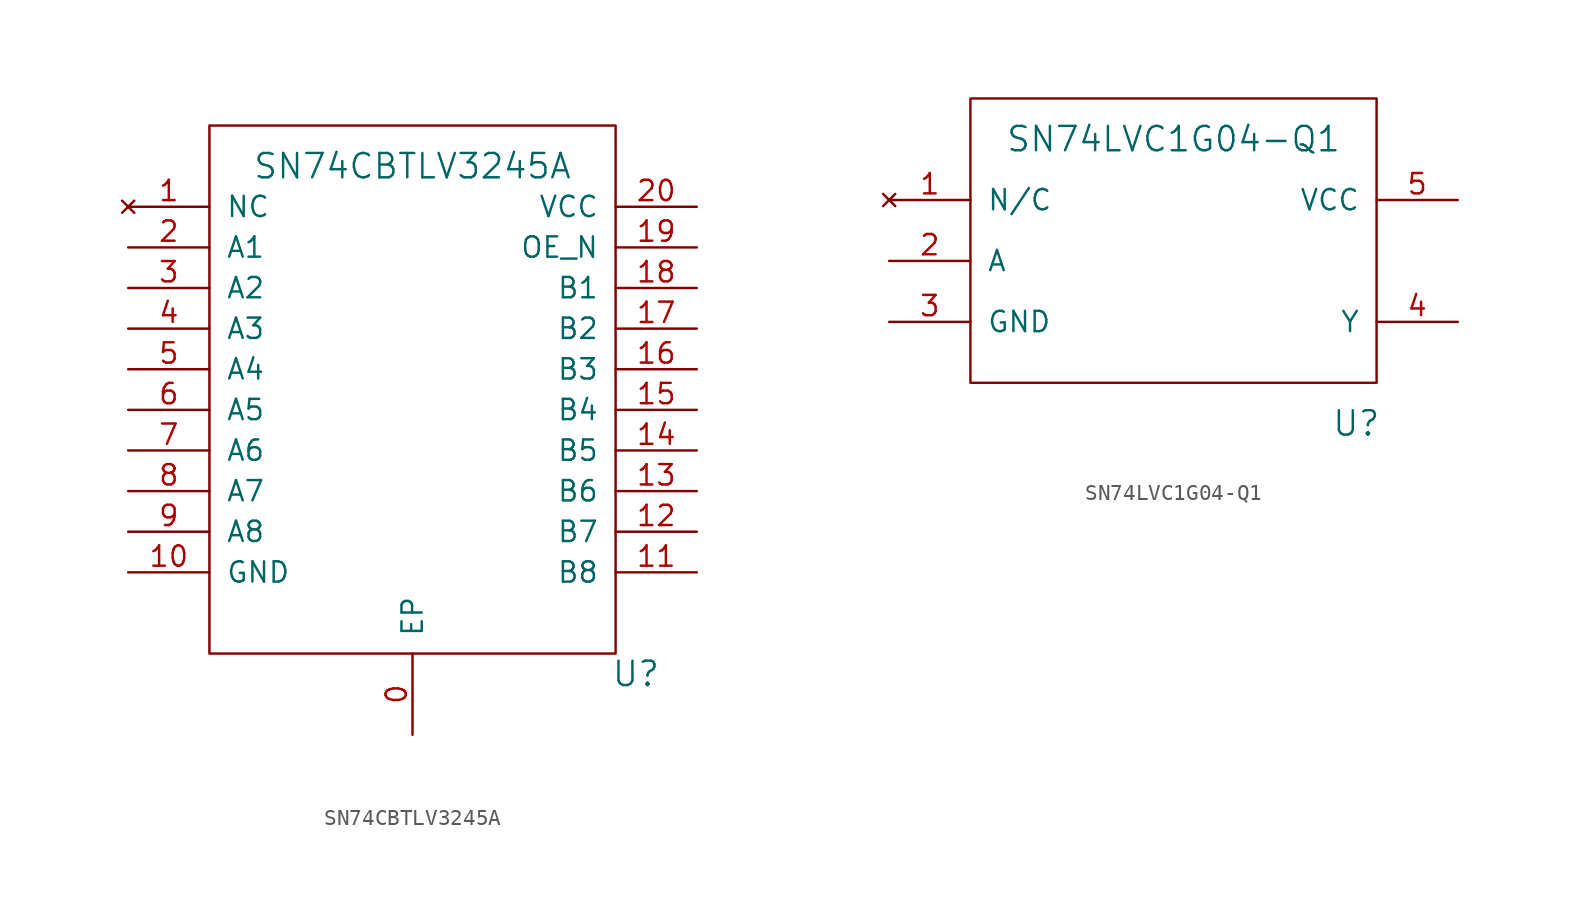
<source format=kicad_sym>
(kicad_symbol_lib
  (version 20220914)
  (generator kicad_symbol_editor)
  (symbol "SN74CBTLV3245A"
    (pin_names
      (offset 1.016))
    (property "Reference" "U"
      (at 13.97 -17.78 0)
      (effects (font (size 1.524 1.524))))
    (property "Value" "SN74CBTLV3245A"
      (at 0 13.97 0)
      (effects (font (size 1.524 1.524))))
    (symbol "SN74CBTLV3245A_0_1"
      (rectangle (start -12.7 16.51) (end 12.7 -16.51) (stroke (width 0) (type solid)) (fill (type none))))
    (symbol "SN74CBTLV3245A_1_1"
      (pin power_in line (at 0 -21.59 90) (length 5.08) (name "EP" (effects (font (size 1.27 1.27)))) (number "0" (effects (font (size 1.27 1.27)))))
      (pin no_connect line (at -17.78 11.43 0) (length 5.08) (name "NC" (effects (font (size 1.27 1.27)))) (number "1" (effects (font (size 1.27 1.27)))))
      (pin power_in line (at -17.78 -11.43 0) (length 5.08) (name "GND" (effects (font (size 1.27 1.27)))) (number "10" (effects (font (size 1.27 1.27)))))
      (pin bidirectional line (at 17.78 -11.43 180) (length 5.08) (name "B8" (effects (font (size 1.27 1.27)))) (number "11" (effects (font (size 1.27 1.27)))))
      (pin bidirectional line (at 17.78 -8.89 180) (length 5.08) (name "B7" (effects (font (size 1.27 1.27)))) (number "12" (effects (font (size 1.27 1.27)))))
      (pin bidirectional line (at 17.78 -6.35 180) (length 5.08) (name "B6" (effects (font (size 1.27 1.27)))) (number "13" (effects (font (size 1.27 1.27)))))
      (pin bidirectional line (at 17.78 -3.81 180) (length 5.08) (name "B5" (effects (font (size 1.27 1.27)))) (number "14" (effects (font (size 1.27 1.27)))))
      (pin bidirectional line (at 17.78 -1.27 180) (length 5.08) (name "B4" (effects (font (size 1.27 1.27)))) (number "15" (effects (font (size 1.27 1.27)))))
      (pin bidirectional line (at 17.78 1.27 180) (length 5.08) (name "B3" (effects (font (size 1.27 1.27)))) (number "16" (effects (font (size 1.27 1.27)))))
      (pin bidirectional line (at 17.78 3.81 180) (length 5.08) (name "B2" (effects (font (size 1.27 1.27)))) (number "17" (effects (font (size 1.27 1.27)))))
      (pin bidirectional line (at 17.78 6.35 180) (length 5.08) (name "B1" (effects (font (size 1.27 1.27)))) (number "18" (effects (font (size 1.27 1.27)))))
      (pin input line (at 17.78 8.89 180) (length 5.08) (name "OE_N" (effects (font (size 1.27 1.27)))) (number "19" (effects (font (size 1.27 1.27)))))
      (pin bidirectional line (at -17.78 8.89 0) (length 5.08) (name "A1" (effects (font (size 1.27 1.27)))) (number "2" (effects (font (size 1.27 1.27)))))
      (pin power_in line (at 17.78 11.43 180) (length 5.08) (name "VCC" (effects (font (size 1.27 1.27)))) (number "20" (effects (font (size 1.27 1.27)))))
      (pin bidirectional line (at -17.78 6.35 0) (length 5.08) (name "A2" (effects (font (size 1.27 1.27)))) (number "3" (effects (font (size 1.27 1.27)))))
      (pin bidirectional line (at -17.78 3.81 0) (length 5.08) (name "A3" (effects (font (size 1.27 1.27)))) (number "4" (effects (font (size 1.27 1.27)))))
      (pin bidirectional line (at -17.78 1.27 0) (length 5.08) (name "A4" (effects (font (size 1.27 1.27)))) (number "5" (effects (font (size 1.27 1.27)))))
      (pin bidirectional line (at -17.78 -1.27 0) (length 5.08) (name "A5" (effects (font (size 1.27 1.27)))) (number "6" (effects (font (size 1.27 1.27)))))
      (pin bidirectional line (at -17.78 -3.81 0) (length 5.08) (name "A6" (effects (font (size 1.27 1.27)))) (number "7" (effects (font (size 1.27 1.27)))))
      (pin bidirectional line (at -17.78 -6.35 0) (length 5.08) (name "A7" (effects (font (size 1.27 1.27)))) (number "8" (effects (font (size 1.27 1.27)))))
      (pin bidirectional line (at -17.78 -8.89 0) (length 5.08) (name "A8" (effects (font (size 1.27 1.27)))) (number "9" (effects (font (size 1.27 1.27)))))))
  (symbol "SN74LVC1G04-Q1"
    (pin_names
      (offset 1.016))
    (property "Reference" "U"
      (at 11.43 -10.16 0)
      (effects (font (size 1.524 1.524))))
    (property "Value" "SN74LVC1G04-Q1"
      (at 0 7.62 0)
      (effects (font (size 1.524 1.524))))
    (symbol "SN74LVC1G04-Q1_0_1"
      (rectangle (start -12.7 10.16) (end 12.7 -7.62) (stroke (width 0) (type solid)) (fill (type none))))
    (symbol "SN74LVC1G04-Q1_1_1"
      (pin no_connect line (at -17.78 3.81 0) (length 5.08) (name "N/C" (effects (font (size 1.27 1.27)))) (number "1" (effects (font (size 1.27 1.27)))))
      (pin input line (at -17.78 0 0) (length 5.08) (name "A" (effects (font (size 1.27 1.27)))) (number "2" (effects (font (size 1.27 1.27)))))
      (pin input line (at -17.78 -3.81 0) (length 5.08) (name "GND" (effects (font (size 1.27 1.27)))) (number "3" (effects (font (size 1.27 1.27)))))
      (pin input line (at 17.78 -3.81 180) (length 5.08) (name "Y" (effects (font (size 1.27 1.27)))) (number "4" (effects (font (size 1.27 1.27)))))
      (pin input line (at 17.78 3.81 180) (length 5.08) (name "VCC" (effects (font (size 1.27 1.27)))) (number "5" (effects (font (size 1.27 1.27))))))))
</source>
